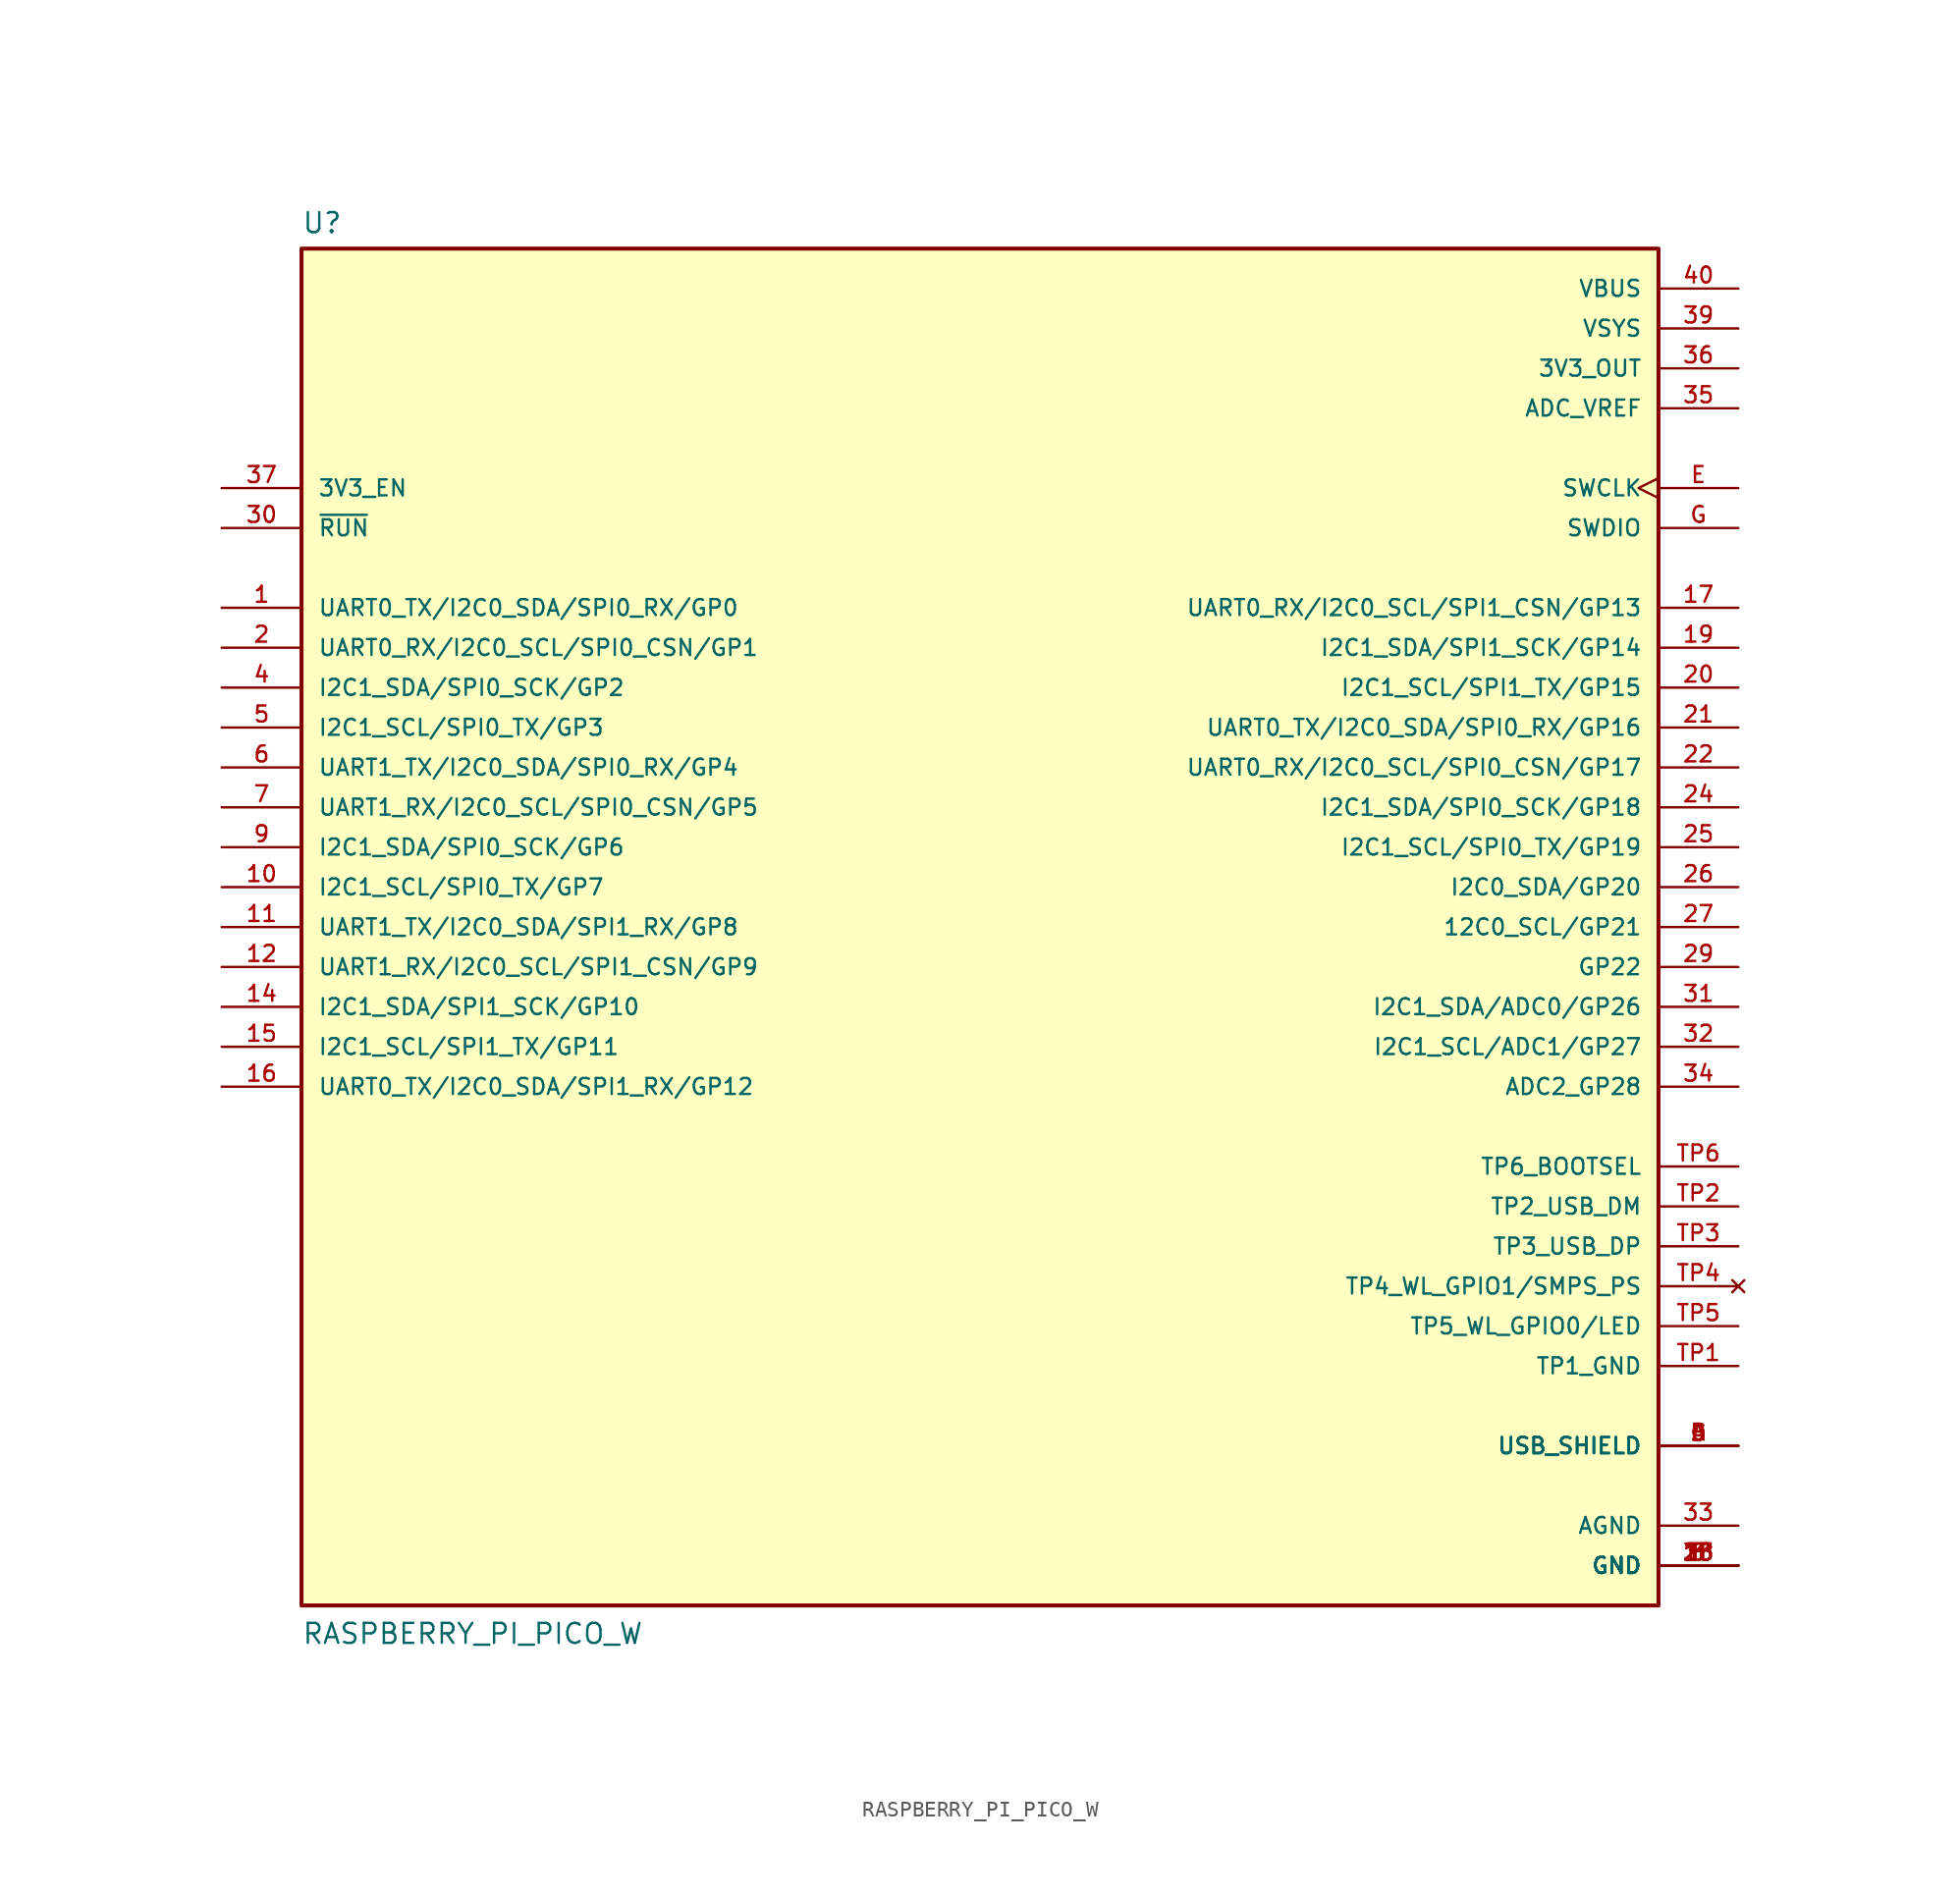
<source format=kicad_sym>
(kicad_symbol_lib
  (version 20211014)
  (generator kicad_symbol_editor)
  (symbol "RASPBERRY_PI_PICO_W"
    (pin_names
      (offset 1.016))
    (property "Reference" "U"
      (at -43.18 44.069 0)
      (effects (font (size 1.27 1.27)) (justify bottom left)))
    (property "Value" "RASPBERRY_PI_PICO_W"
      (at -43.18 -45.72 0)
      (effects (font (size 1.27 1.27)) (justify bottom left)))
    (symbol "RASPBERRY_PI_PICO_W_0_0"
      (rectangle (start -43.18 -43.18) (end 43.18 43.18) (stroke (width 0.254)) (fill (type background)))
      (pin bidirectional line (at -48.26 20.32 0) (length 5.08) (name "UART0_TX/I2C0_SDA/SPI0_RX/GP0" (effects (font (size 1.016 1.016)))) (number "1" (effects (font (size 1.016 1.016)))))
      (pin bidirectional line (at -48.26 17.78 0) (length 5.08) (name "UART0_RX/I2C0_SCL/SPI0_CSN/GP1" (effects (font (size 1.016 1.016)))) (number "2" (effects (font (size 1.016 1.016)))))
      (pin power_in line (at 48.26 -40.64 180.0) (length 5.08) (name "GND" (effects (font (size 1.016 1.016)))) (number "3" (effects (font (size 1.016 1.016)))))
      (pin power_in line (at 48.26 -40.64 180.0) (length 5.08) (name "GND" (effects (font (size 1.016 1.016)))) (number "8" (effects (font (size 1.016 1.016)))))
      (pin power_in line (at 48.26 -40.64 180.0) (length 5.08) (name "GND" (effects (font (size 1.016 1.016)))) (number "13" (effects (font (size 1.016 1.016)))))
      (pin power_in line (at 48.26 -40.64 180.0) (length 5.08) (name "GND" (effects (font (size 1.016 1.016)))) (number "18" (effects (font (size 1.016 1.016)))))
      (pin power_in line (at 48.26 -40.64 180.0) (length 5.08) (name "GND" (effects (font (size 1.016 1.016)))) (number "23" (effects (font (size 1.016 1.016)))))
      (pin power_in line (at 48.26 -40.64 180.0) (length 5.08) (name "GND" (effects (font (size 1.016 1.016)))) (number "28" (effects (font (size 1.016 1.016)))))
      (pin power_in line (at 48.26 -40.64 180.0) (length 5.08) (name "GND" (effects (font (size 1.016 1.016)))) (number "38" (effects (font (size 1.016 1.016)))))
      (pin power_in line (at 48.26 -40.64 180.0) (length 5.08) (name "GND" (effects (font (size 1.016 1.016)))) (number "F" (effects (font (size 1.016 1.016)))))
      (pin bidirectional line (at -48.26 15.24 0) (length 5.08) (name "I2C1_SDA/SPI0_SCK/GP2" (effects (font (size 1.016 1.016)))) (number "4" (effects (font (size 1.016 1.016)))))
      (pin bidirectional line (at -48.26 12.7 0) (length 5.08) (name "I2C1_SCL/SPI0_TX/GP3" (effects (font (size 1.016 1.016)))) (number "5" (effects (font (size 1.016 1.016)))))
      (pin bidirectional line (at -48.26 10.16 0) (length 5.08) (name "UART1_TX/I2C0_SDA/SPI0_RX/GP4" (effects (font (size 1.016 1.016)))) (number "6" (effects (font (size 1.016 1.016)))))
      (pin bidirectional line (at -48.26 7.62 0) (length 5.08) (name "UART1_RX/I2C0_SCL/SPI0_CSN/GP5" (effects (font (size 1.016 1.016)))) (number "7" (effects (font (size 1.016 1.016)))))
      (pin bidirectional line (at -48.26 5.08 0) (length 5.08) (name "I2C1_SDA/SPI0_SCK/GP6" (effects (font (size 1.016 1.016)))) (number "9" (effects (font (size 1.016 1.016)))))
      (pin bidirectional line (at -48.26 2.54 0) (length 5.08) (name "I2C1_SCL/SPI0_TX/GP7" (effects (font (size 1.016 1.016)))) (number "10" (effects (font (size 1.016 1.016)))))
      (pin bidirectional line (at -48.26 -2.54 0) (length 5.08) (name "UART1_RX/I2C0_SCL/SPI1_CSN/GP9" (effects (font (size 1.016 1.016)))) (number "12" (effects (font (size 1.016 1.016)))))
      (pin bidirectional line (at -48.26 0.0 0) (length 5.08) (name "UART1_TX/I2C0_SDA/SPI1_RX/GP8" (effects (font (size 1.016 1.016)))) (number "11" (effects (font (size 1.016 1.016)))))
      (pin bidirectional line (at -48.26 -5.08 0) (length 5.08) (name "I2C1_SDA/SPI1_SCK/GP10" (effects (font (size 1.016 1.016)))) (number "14" (effects (font (size 1.016 1.016)))))
      (pin bidirectional line (at -48.26 -7.62 0) (length 5.08) (name "I2C1_SCL/SPI1_TX/GP11" (effects (font (size 1.016 1.016)))) (number "15" (effects (font (size 1.016 1.016)))))
      (pin bidirectional line (at -48.26 -10.16 0) (length 5.08) (name "UART0_TX/I2C0_SDA/SPI1_RX/GP12" (effects (font (size 1.016 1.016)))) (number "16" (effects (font (size 1.016 1.016)))))
      (pin bidirectional line (at 48.26 20.32 180.0) (length 5.08) (name "UART0_RX/I2C0_SCL/SPI1_CSN/GP13" (effects (font (size 1.016 1.016)))) (number "17" (effects (font (size 1.016 1.016)))))
      (pin bidirectional line (at 48.26 17.78 180.0) (length 5.08) (name "I2C1_SDA/SPI1_SCK/GP14" (effects (font (size 1.016 1.016)))) (number "19" (effects (font (size 1.016 1.016)))))
      (pin bidirectional line (at 48.26 15.24 180.0) (length 5.08) (name "I2C1_SCL/SPI1_TX/GP15" (effects (font (size 1.016 1.016)))) (number "20" (effects (font (size 1.016 1.016)))))
      (pin bidirectional line (at 48.26 12.7 180.0) (length 5.08) (name "UART0_TX/I2C0_SDA/SPI0_RX/GP16" (effects (font (size 1.016 1.016)))) (number "21" (effects (font (size 1.016 1.016)))))
      (pin bidirectional line (at 48.26 10.16 180.0) (length 5.08) (name "UART0_RX/I2C0_SCL/SPI0_CSN/GP17" (effects (font (size 1.016 1.016)))) (number "22" (effects (font (size 1.016 1.016)))))
      (pin bidirectional line (at 48.26 7.62 180.0) (length 5.08) (name "I2C1_SDA/SPI0_SCK/GP18" (effects (font (size 1.016 1.016)))) (number "24" (effects (font (size 1.016 1.016)))))
      (pin bidirectional line (at 48.26 5.08 180.0) (length 5.08) (name "I2C1_SCL/SPI0_TX/GP19" (effects (font (size 1.016 1.016)))) (number "25" (effects (font (size 1.016 1.016)))))
      (pin bidirectional line (at 48.26 2.54 180.0) (length 5.08) (name "I2C0_SDA/GP20" (effects (font (size 1.016 1.016)))) (number "26" (effects (font (size 1.016 1.016)))))
      (pin bidirectional line (at 48.26 0.0 180.0) (length 5.08) (name "12C0_SCL/GP21" (effects (font (size 1.016 1.016)))) (number "27" (effects (font (size 1.016 1.016)))))
      (pin bidirectional line (at 48.26 -2.54 180.0) (length 5.08) (name "GP22" (effects (font (size 1.016 1.016)))) (number "29" (effects (font (size 1.016 1.016)))))
      (pin input line (at -48.26 25.4 0) (length 5.08) (name "~{RUN}" (effects (font (size 1.016 1.016)))) (number "30" (effects (font (size 1.016 1.016)))))
      (pin bidirectional line (at 48.26 -5.08 180.0) (length 5.08) (name "I2C1_SDA/ADC0/GP26" (effects (font (size 1.016 1.016)))) (number "31" (effects (font (size 1.016 1.016)))))
      (pin bidirectional line (at 48.26 -7.62 180.0) (length 5.08) (name "I2C1_SCL/ADC1/GP27" (effects (font (size 1.016 1.016)))) (number "32" (effects (font (size 1.016 1.016)))))
      (pin power_in line (at 48.26 -38.1 180.0) (length 5.08) (name "AGND" (effects (font (size 1.016 1.016)))) (number "33" (effects (font (size 1.016 1.016)))))
      (pin bidirectional line (at 48.26 -10.16 180.0) (length 5.08) (name "ADC2_GP28" (effects (font (size 1.016 1.016)))) (number "34" (effects (font (size 1.016 1.016)))))
      (pin power_in line (at 48.26 33.02 180.0) (length 5.08) (name "ADC_VREF" (effects (font (size 1.016 1.016)))) (number "35" (effects (font (size 1.016 1.016)))))
      (pin power_in line (at 48.26 35.56 180.0) (length 5.08) (name "3V3_OUT" (effects (font (size 1.016 1.016)))) (number "36" (effects (font (size 1.016 1.016)))))
      (pin input line (at -48.26 27.94 0) (length 5.08) (name "3V3_EN" (effects (font (size 1.016 1.016)))) (number "37" (effects (font (size 1.016 1.016)))))
      (pin power_in line (at 48.26 38.1 180.0) (length 5.08) (name "VSYS" (effects (font (size 1.016 1.016)))) (number "39" (effects (font (size 1.016 1.016)))))
      (pin power_in line (at 48.26 40.64 180.0) (length 5.08) (name "VBUS" (effects (font (size 1.016 1.016)))) (number "40" (effects (font (size 1.016 1.016)))))
      (pin input clock (at 48.26 27.94 180.0) (length 5.08) (name "SWCLK" (effects (font (size 1.016 1.016)))) (number "E" (effects (font (size 1.016 1.016)))))
      (pin bidirectional line (at 48.26 25.4 180.0) (length 5.08) (name "SWDIO" (effects (font (size 1.016 1.016)))) (number "G" (effects (font (size 1.016 1.016)))))
      (pin power_in line (at 48.26 -27.94 180.0) (length 5.08) (name "TP1_GND" (effects (font (size 1.016 1.016)))) (number "TP1" (effects (font (size 1.016 1.016)))))
      (pin bidirectional line (at 48.26 -17.78 180.0) (length 5.08) (name "TP2_USB_DM" (effects (font (size 1.016 1.016)))) (number "TP2" (effects (font (size 1.016 1.016)))))
      (pin bidirectional line (at 48.26 -20.32 180.0) (length 5.08) (name "TP3_USB_DP" (effects (font (size 1.016 1.016)))) (number "TP3" (effects (font (size 1.016 1.016)))))
      (pin no_connect line (at 48.26 -22.86 180.0) (length 5.08) (name "TP4_WL_GPIO1/SMPS_PS" (effects (font (size 1.016 1.016)))) (number "TP4" (effects (font (size 1.016 1.016)))))
      (pin bidirectional line (at 48.26 -25.4 180.0) (length 5.08) (name "TP5_WL_GPIO0/LED" (effects (font (size 1.016 1.016)))) (number "TP5" (effects (font (size 1.016 1.016)))))
      (pin input line (at 48.26 -15.24 180.0) (length 5.08) (name "TP6_BOOTSEL" (effects (font (size 1.016 1.016)))) (number "TP6" (effects (font (size 1.016 1.016)))))
      (pin power_in line (at 48.26 -33.02 180.0) (length 5.08) (name "USB_SHIELD" (effects (font (size 1.016 1.016)))) (number "A" (effects (font (size 1.016 1.016)))))
      (pin power_in line (at 48.26 -33.02 180.0) (length 5.08) (name "USB_SHIELD" (effects (font (size 1.016 1.016)))) (number "B" (effects (font (size 1.016 1.016)))))
      (pin power_in line (at 48.26 -33.02 180.0) (length 5.08) (name "USB_SHIELD" (effects (font (size 1.016 1.016)))) (number "C" (effects (font (size 1.016 1.016)))))
      (pin power_in line (at 48.26 -33.02 180.0) (length 5.08) (name "USB_SHIELD" (effects (font (size 1.016 1.016)))) (number "D" (effects (font (size 1.016 1.016))))))))
</source>
